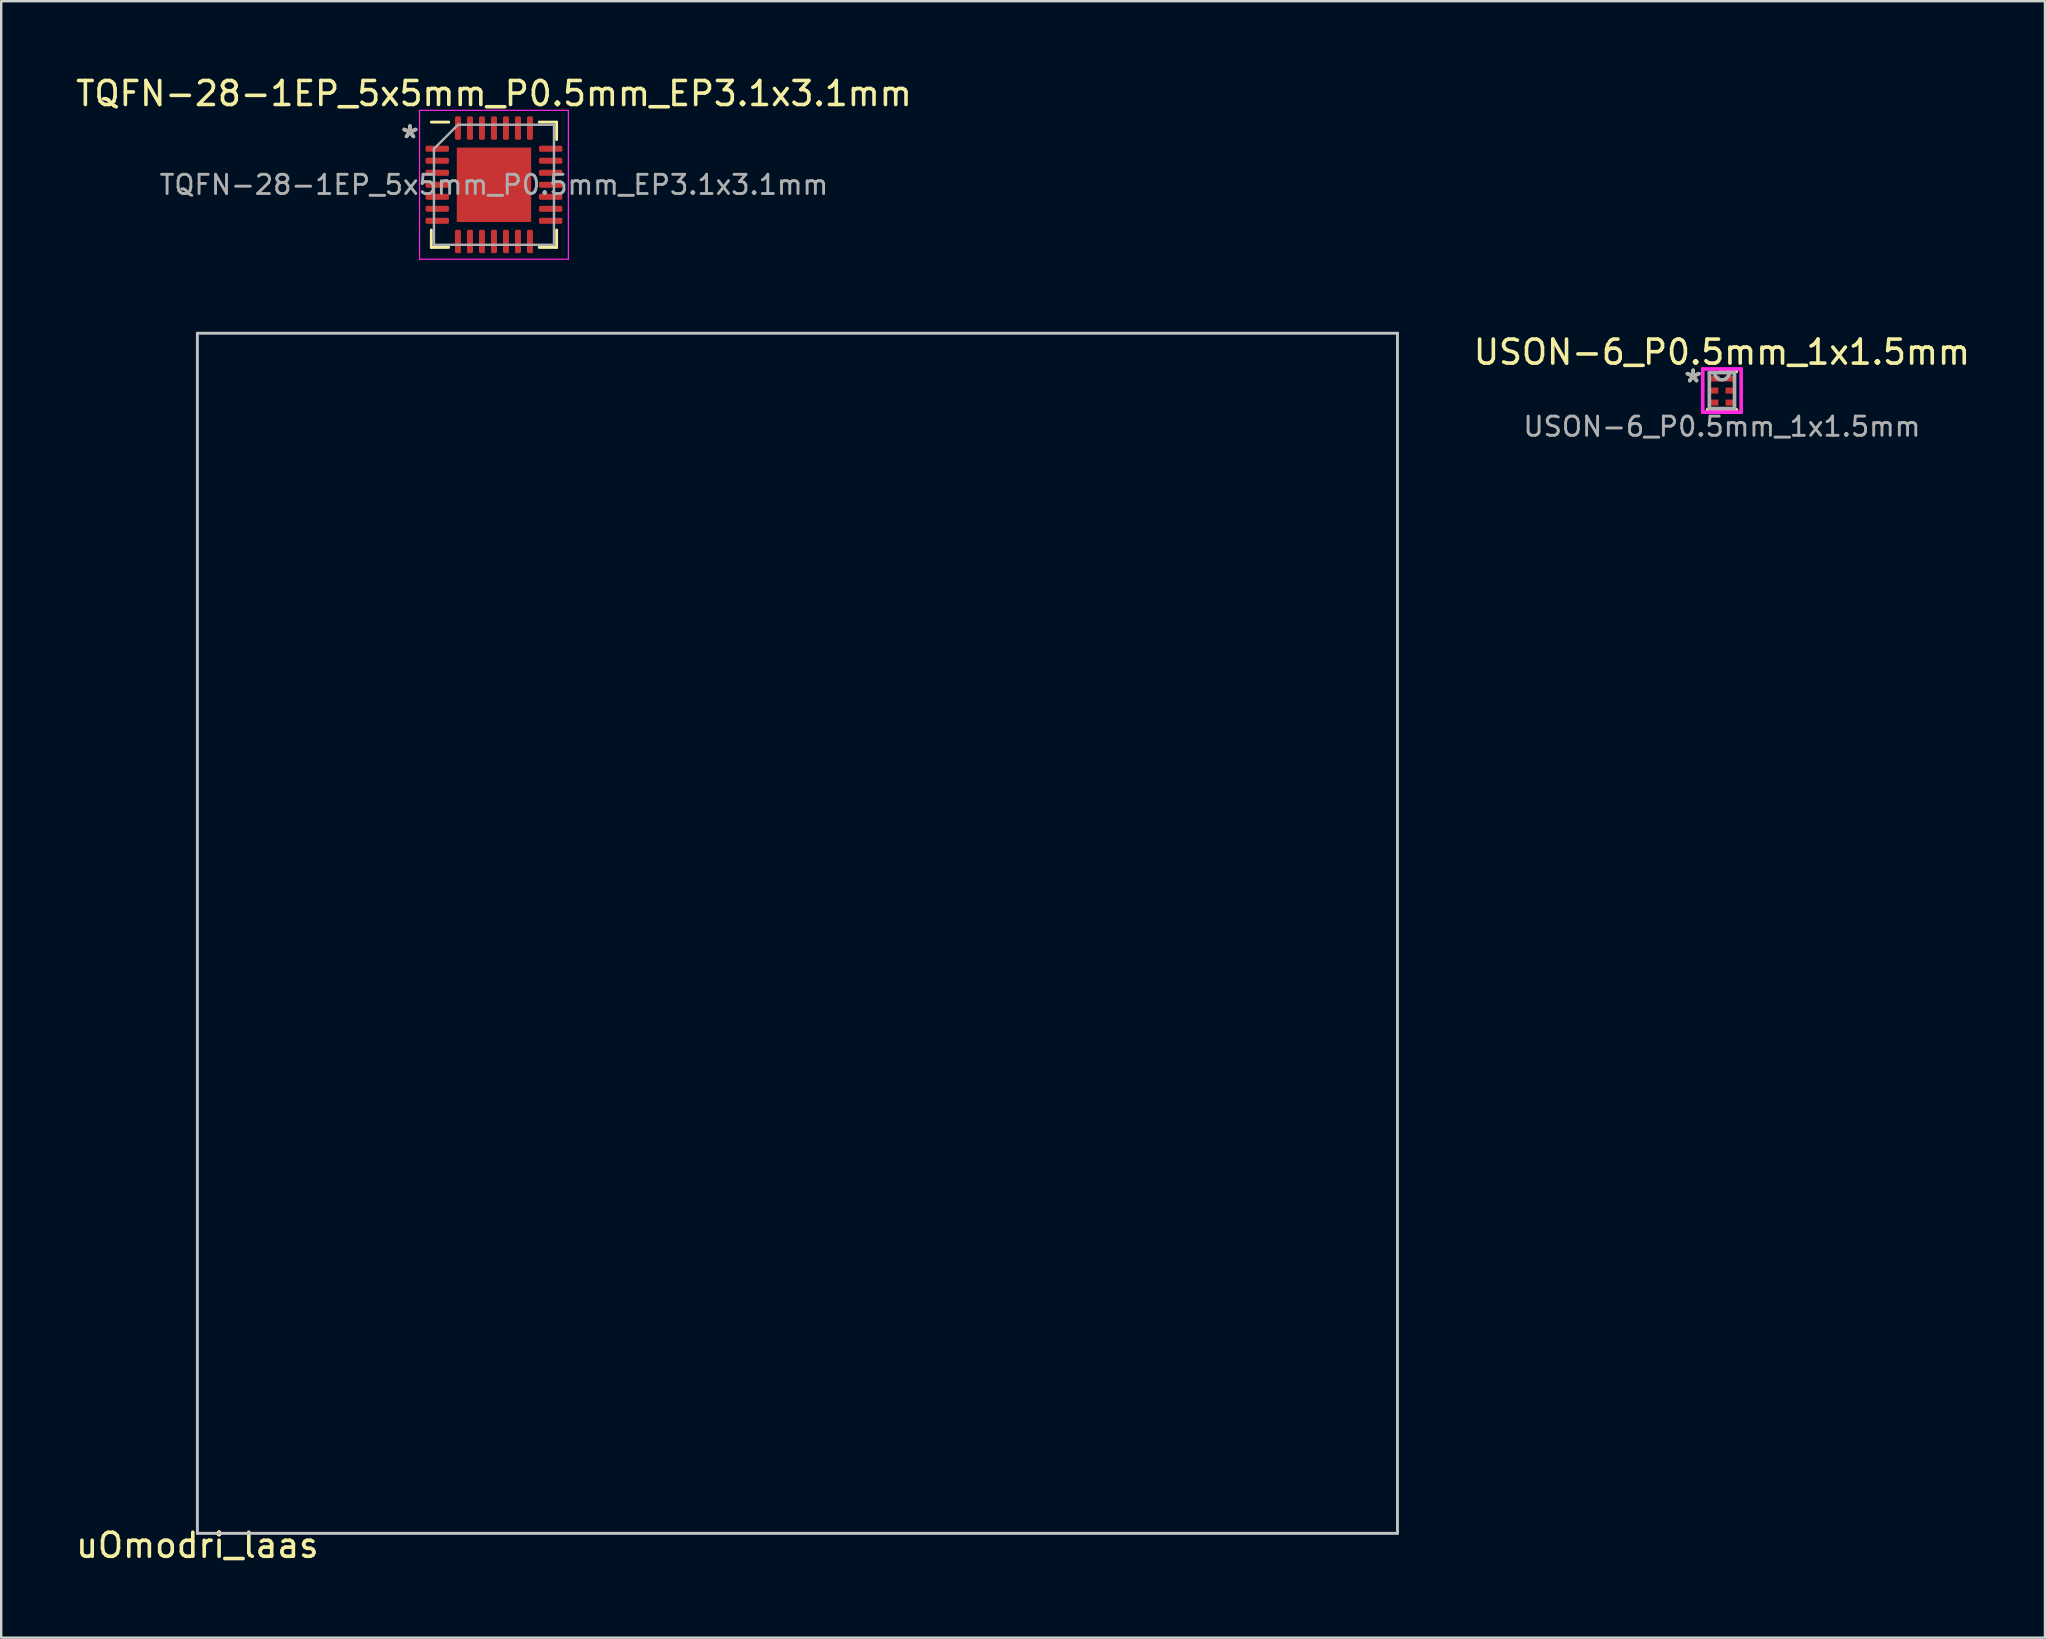
<source format=kicad_pcb>
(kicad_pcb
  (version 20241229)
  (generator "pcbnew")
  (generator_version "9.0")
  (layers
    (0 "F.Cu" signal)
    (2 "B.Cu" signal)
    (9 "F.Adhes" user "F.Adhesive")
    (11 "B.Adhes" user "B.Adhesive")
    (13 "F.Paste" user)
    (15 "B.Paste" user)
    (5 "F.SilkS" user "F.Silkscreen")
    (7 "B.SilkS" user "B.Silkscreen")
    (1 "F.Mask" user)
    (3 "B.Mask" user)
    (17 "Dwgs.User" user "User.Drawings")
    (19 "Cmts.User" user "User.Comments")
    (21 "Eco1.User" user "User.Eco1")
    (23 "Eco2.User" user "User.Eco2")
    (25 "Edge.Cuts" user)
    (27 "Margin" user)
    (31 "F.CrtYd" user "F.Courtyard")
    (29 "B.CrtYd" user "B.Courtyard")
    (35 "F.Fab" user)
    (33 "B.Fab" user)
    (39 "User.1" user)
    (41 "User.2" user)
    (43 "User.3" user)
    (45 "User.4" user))
  (footprint "TQFN-28-1EP_5x5mm_P0.5mm_EP3.1x3.1mm"
    (layer "F.Cu")
    (at 17.53 4.648)
    (property "Reference" "TQFN-28-1EP_5x5mm_P0.5mm_EP3.1x3.1mm" (at 0 -3.8 0) (layer "F.SilkS") (effects (font (size 1 1) (thickness 0.15))))
    (attr smd)
    (fp_line (start -2.61 2.61) (end -2.61 1.885) (stroke (width 0.12) (type solid)) (layer "F.SilkS"))
    (fp_line (start -1.885 -2.61) (end -2.61 -2.61) (stroke (width 0.12) (type solid)) (layer "F.SilkS"))
    (fp_line (start -1.885 2.61) (end -2.61 2.61) (stroke (width 0.12) (type solid)) (layer "F.SilkS"))
    (fp_line (start 1.885 -2.61) (end 2.61 -2.61) (stroke (width 0.12) (type solid)) (layer "F.SilkS"))
    (fp_line (start 1.885 2.61) (end 2.61 2.61) (stroke (width 0.12) (type solid)) (layer "F.SilkS"))
    (fp_line (start 2.61 -2.61) (end 2.61 -1.885) (stroke (width 0.12) (type solid)) (layer "F.SilkS"))
    (fp_line (start 2.61 2.61) (end 2.61 1.885) (stroke (width 0.12) (type solid)) (layer "F.SilkS"))
    (fp_line (start -3.1 -3.1) (end -3.1 3.1) (stroke (width 0.05) (type solid)) (layer "F.CrtYd"))
    (fp_line (start -3.1 3.1) (end 3.1 3.1) (stroke (width 0.05) (type solid)) (layer "F.CrtYd"))
    (fp_line (start 3.1 -3.1) (end -3.1 -3.1) (stroke (width 0.05) (type solid)) (layer "F.CrtYd"))
    (fp_line (start 3.1 3.1) (end 3.1 -3.1) (stroke (width 0.05) (type solid)) (layer "F.CrtYd"))
    (fp_line (start -2.5 -1.5) (end -1.5 -2.5) (stroke (width 0.1) (type solid)) (layer "F.Fab"))
    (fp_line (start -2.5 2.5) (end -2.5 -1.5) (stroke (width 0.1) (type solid)) (layer "F.Fab"))
    (fp_line (start -1.5 -2.5) (end 2.5 -2.5) (stroke (width 0.1) (type solid)) (layer "F.Fab"))
    (fp_line (start 2.5 -2.5) (end 2.5 2.5) (stroke (width 0.1) (type solid)) (layer "F.Fab"))
    (fp_line (start 2.5 2.5) (end -2.5 2.5) (stroke (width 0.1) (type solid)) (layer "F.Fab"))
    (fp_text user "*" (at -3.5 -1.9 0) (layer "F.SilkS") (effects (font (size 1 1) (thickness 0.15))))
    (fp_text user "*" (at -3.5 -1.9 0) (layer "F.Fab") (effects (font (size 1 1) (thickness 0.15))))
    (fp_text user "${REFERENCE}" (at 0 0 0) (layer "F.Fab") (effects (font (size 0.8 0.8) (thickness 0.12))))
    (pad "" smd roundrect (at -0.675 -0.675) (size 1.09 1.09) (layers "F.Paste") (roundrect_rratio 0.229))
    (pad "" smd roundrect (at -0.675 0.675) (size 1.09 1.09) (layers "F.Paste") (roundrect_rratio 0.229))
    (pad "" smd roundrect (at 0.675 -0.675) (size 1.09 1.09) (layers "F.Paste") (roundrect_rratio 0.229))
    (pad "" smd roundrect (at 0.675 0.675) (size 1.09 1.09) (layers "F.Paste") (roundrect_rratio 0.229))
    (pad "1" smd roundrect (at -2.362 -1.5) (size 0.975 0.25) (layers "F.Cu" "F.Mask" "F.Paste") (roundrect_rratio 0.25))
    (pad "2" smd roundrect (at -2.362 -1) (size 0.975 0.25) (layers "F.Cu" "F.Mask" "F.Paste") (roundrect_rratio 0.25))
    (pad "3" smd roundrect (at -2.362 -0.5) (size 0.975 0.25) (layers "F.Cu" "F.Mask" "F.Paste") (roundrect_rratio 0.25))
    (pad "4" smd roundrect (at -2.362 0) (size 0.975 0.25) (layers "F.Cu" "F.Mask" "F.Paste") (roundrect_rratio 0.25))
    (pad "5" smd roundrect (at -2.362 0.5) (size 0.975 0.25) (layers "F.Cu" "F.Mask" "F.Paste") (roundrect_rratio 0.25))
    (pad "6" smd roundrect (at -2.362 1) (size 0.975 0.25) (layers "F.Cu" "F.Mask" "F.Paste") (roundrect_rratio 0.25))
    (pad "7" smd roundrect (at -2.362 1.5) (size 0.975 0.25) (layers "F.Cu" "F.Mask" "F.Paste") (roundrect_rratio 0.25))
    (pad "8" smd roundrect (at -1.5 2.362) (size 0.25 0.975) (layers "F.Cu" "F.Mask" "F.Paste") (roundrect_rratio 0.25))
    (pad "9" smd roundrect (at -1 2.362) (size 0.25 0.975) (layers "F.Cu" "F.Mask" "F.Paste") (roundrect_rratio 0.25))
    (pad "10" smd roundrect (at -0.5 2.362) (size 0.25 0.975) (layers "F.Cu" "F.Mask" "F.Paste") (roundrect_rratio 0.25))
    (pad "11" smd roundrect (at 0 2.362) (size 0.25 0.975) (layers "F.Cu" "F.Mask" "F.Paste") (roundrect_rratio 0.25))
    (pad "12" smd roundrect (at 0.5 2.362) (size 0.25 0.975) (layers "F.Cu" "F.Mask" "F.Paste") (roundrect_rratio 0.25))
    (pad "13" smd roundrect (at 1 2.362) (size 0.25 0.975) (layers "F.Cu" "F.Mask" "F.Paste") (roundrect_rratio 0.25))
    (pad "14" smd roundrect (at 1.5 2.362) (size 0.25 0.975) (layers "F.Cu" "F.Mask" "F.Paste") (roundrect_rratio 0.25))
    (pad "15" smd roundrect (at 2.362 1.5) (size 0.975 0.25) (layers "F.Cu" "F.Mask" "F.Paste") (roundrect_rratio 0.25))
    (pad "16" smd roundrect (at 2.362 1) (size 0.975 0.25) (layers "F.Cu" "F.Mask" "F.Paste") (roundrect_rratio 0.25))
    (pad "17" smd roundrect (at 2.362 0.5) (size 0.975 0.25) (layers "F.Cu" "F.Mask" "F.Paste") (roundrect_rratio 0.25))
    (pad "18" smd roundrect (at 2.362 0) (size 0.975 0.25) (layers "F.Cu" "F.Mask" "F.Paste") (roundrect_rratio 0.25))
    (pad "19" smd roundrect (at 2.362 -0.5) (size 0.975 0.25) (layers "F.Cu" "F.Mask" "F.Paste") (roundrect_rratio 0.25))
    (pad "20" smd roundrect (at 2.362 -1) (size 0.975 0.25) (layers "F.Cu" "F.Mask" "F.Paste") (roundrect_rratio 0.25))
    (pad "21" smd roundrect (at 2.362 -1.5) (size 0.975 0.25) (layers "F.Cu" "F.Mask" "F.Paste") (roundrect_rratio 0.25))
    (pad "22" smd roundrect (at 1.5 -2.362) (size 0.25 0.975) (layers "F.Cu" "F.Mask" "F.Paste") (roundrect_rratio 0.25))
    (pad "23" smd roundrect (at 1 -2.362) (size 0.25 0.975) (layers "F.Cu" "F.Mask" "F.Paste") (roundrect_rratio 0.25))
    (pad "24" smd roundrect (at 0.5 -2.362) (size 0.25 0.975) (layers "F.Cu" "F.Mask" "F.Paste") (roundrect_rratio 0.25))
    (pad "25" smd roundrect (at 0 -2.362) (size 0.25 0.975) (layers "F.Cu" "F.Mask" "F.Paste") (roundrect_rratio 0.25))
    (pad "26" smd roundrect (at -0.5 -2.362) (size 0.25 0.975) (layers "F.Cu" "F.Mask" "F.Paste") (roundrect_rratio 0.25))
    (pad "27" smd roundrect (at -1 -2.362) (size 0.25 0.975) (layers "F.Cu" "F.Mask" "F.Paste") (roundrect_rratio 0.25))
    (pad "28" smd roundrect (at -1.5 -2.362) (size 0.25 0.975) (layers "F.Cu" "F.Mask" "F.Paste") (roundrect_rratio 0.25))
    (pad "29" smd rect (at 0 0) (size 3.1 3.1) (layers "F.Cu" "F.Mask")))
  (footprint "uOmodri_laas"
    (layer "F.Cu")
    (at 5.173 60.833)
    (property "Reference" "uOmodri_laas" (at 0 0.5 0) (layer "F.SilkS") (effects (font (size 1 1) (thickness 0.15))))
    (attr through_hole)
    (fp_line (start 0 -50) (end 0 0) (stroke (width 0.12) (type solid)) (layer "Dwgs.User"))
    (fp_line (start 0 0) (end 50 0) (stroke (width 0.12) (type solid)) (layer "Dwgs.User"))
    (fp_line (start 50 -50) (end 0 -50) (stroke (width 0.12) (type solid)) (layer "Dwgs.User"))
    (fp_line (start 50 0) (end 50 -50) (stroke (width 0.12) (type solid)) (layer "Dwgs.User")))
  (footprint "USON-6_P0.5mm_1x1.5mm"
    (layer "F.Cu")
    (at 68.691 13.222)
    (property "Reference" "USON-6_P0.5mm_1x1.5mm" (at 0 -1.6 0) (layer "F.SilkS") (effects (font (size 1 1) (thickness 0.15))))
    (attr smd)
    (fp_line (start -0.6 0.8) (end 0.6 0.8) (stroke (width 0.152) (type solid)) (layer "F.SilkS"))
    (fp_line (start 0.6 -0.8) (end -0.1 -0.8) (stroke (width 0.152) (type solid)) (layer "F.SilkS"))
    (fp_line (start -0.8 -0.9) (end 0.8 -0.9) (stroke (width 0.152) (type solid)) (layer "F.CrtYd"))
    (fp_line (start -0.8 0.9) (end -0.8 -0.9) (stroke (width 0.152) (type solid)) (layer "F.CrtYd"))
    (fp_line (start 0.8 -0.9) (end 0.8 0.9) (stroke (width 0.152) (type solid)) (layer "F.CrtYd"))
    (fp_line (start 0.8 0.9) (end -0.8 0.9) (stroke (width 0.152) (type solid)) (layer "F.CrtYd"))
    (fp_line (start -0.525 -0.75) (end -0.525 0.75) (stroke (width 0.152) (type solid)) (layer "F.Fab"))
    (fp_line (start -0.525 0.75) (end 0.525 0.75) (stroke (width 0.152) (type solid)) (layer "F.Fab"))
    (fp_line (start 0.525 -0.75) (end -0.525 -0.75) (stroke (width 0.152) (type solid)) (layer "F.Fab"))
    (fp_line (start 0.525 0.75) (end 0.525 -0.75) (stroke (width 0.152) (type solid)) (layer "F.Fab"))
    (fp_arc (start 0.3048 -0.75) (mid 0 -0.4452) (end -0.3048 -0.75) (stroke (width 0.1524) (type solid)) (layer "F.Fab"))
    (fp_text user "*" (at -1.2 -0.3 0) (layer "F.SilkS") (effects (font (size 1 1) (thickness 0.15))))
    (fp_text user "${REFERENCE}" (at 0 1.5 0) (layer "F.Fab") (effects (font (size 0.8 0.8) (thickness 0.12))))
    (fp_text user "*" (at -1.2 -0.3 0) (layer "F.Fab") (effects (font (size 1 1) (thickness 0.15))))
    (pad "1" smd rect (at -0.325 -0.5) (size 0.45 0.25) (layers "F.Cu" "F.Mask" "F.Paste"))
    (pad "2" smd rect (at -0.35 0) (size 0.4 0.25) (layers "F.Cu" "F.Mask" "F.Paste"))
    (pad "3" smd rect (at -0.35 0.5) (size 0.4 0.25) (layers "F.Cu" "F.Mask" "F.Paste"))
    (pad "4" smd rect (at 0.35 0.5) (size 0.4 0.25) (layers "F.Cu" "F.Mask" "F.Paste"))
    (pad "5" smd rect (at 0.35 0) (size 0.4 0.25) (layers "F.Cu" "F.Mask" "F.Paste"))
    (pad "6" smd rect (at 0.35 -0.5) (size 0.4 0.25) (layers "F.Cu" "F.Mask" "F.Paste")))
  (gr_rect
    (start -3 -3)
    (end 82.149 65.181)
    (stroke (width 0.1) (type default))
    (fill no)
    (layer "Edge.Cuts")))
</source>
